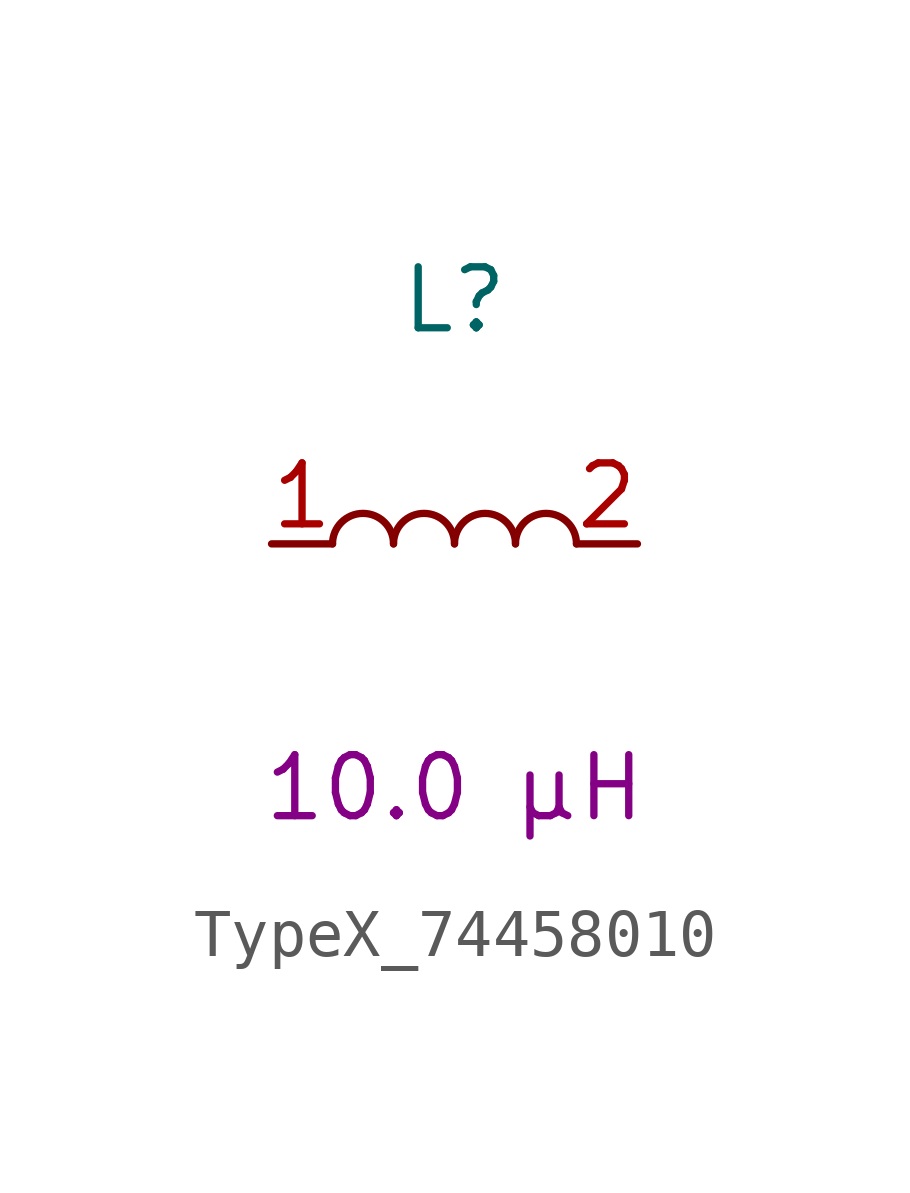
<source format=kicad_sym>
(kicad_symbol_lib
  (version 20220914)
  (generator kicad_symbol_editor)
  (symbol "TypeX_74458010"
    (pin_names hide)
    (property "Reference" "L"
      (at 0 5.08 0)
      (effects (font (size 1.27 1.27))))
    (property "Critical Parameter" "10.0 µH"
      (at 0 -5.08 0)
      (effects (font (size 1.27 1.27))))
    (symbol "TypeX_74458010_0_1"
      (arc (start -1.27 0) (mid -1.905 0.6323) (end -2.54 0) (stroke (width 0) (type default)) (fill (type none)))
      (arc (start 0 0) (mid -0.635 0.6323) (end -1.27 0) (stroke (width 0) (type default)) (fill (type none)))
      (arc (start 1.27 0) (mid 0.635 0.6323) (end 0 0) (stroke (width 0) (type default)) (fill (type none)))
      (arc (start 2.54 0) (mid 1.905 0.6323) (end 1.27 0) (stroke (width 0) (type default)) (fill (type none))))
    (symbol "TypeX_74458010_1_1"
      (pin passive line (at -3.81 0 0) (length 1.27) (name "1" (effects (font (size 1.27 1.27)))) (number "1" (effects (font (size 1.27 1.27)))))
      (pin passive line (at 3.81 0 180) (length 1.27) (name "2" (effects (font (size 1.27 1.27)))) (number "2" (effects (font (size 1.27 1.27))))))))
</source>
